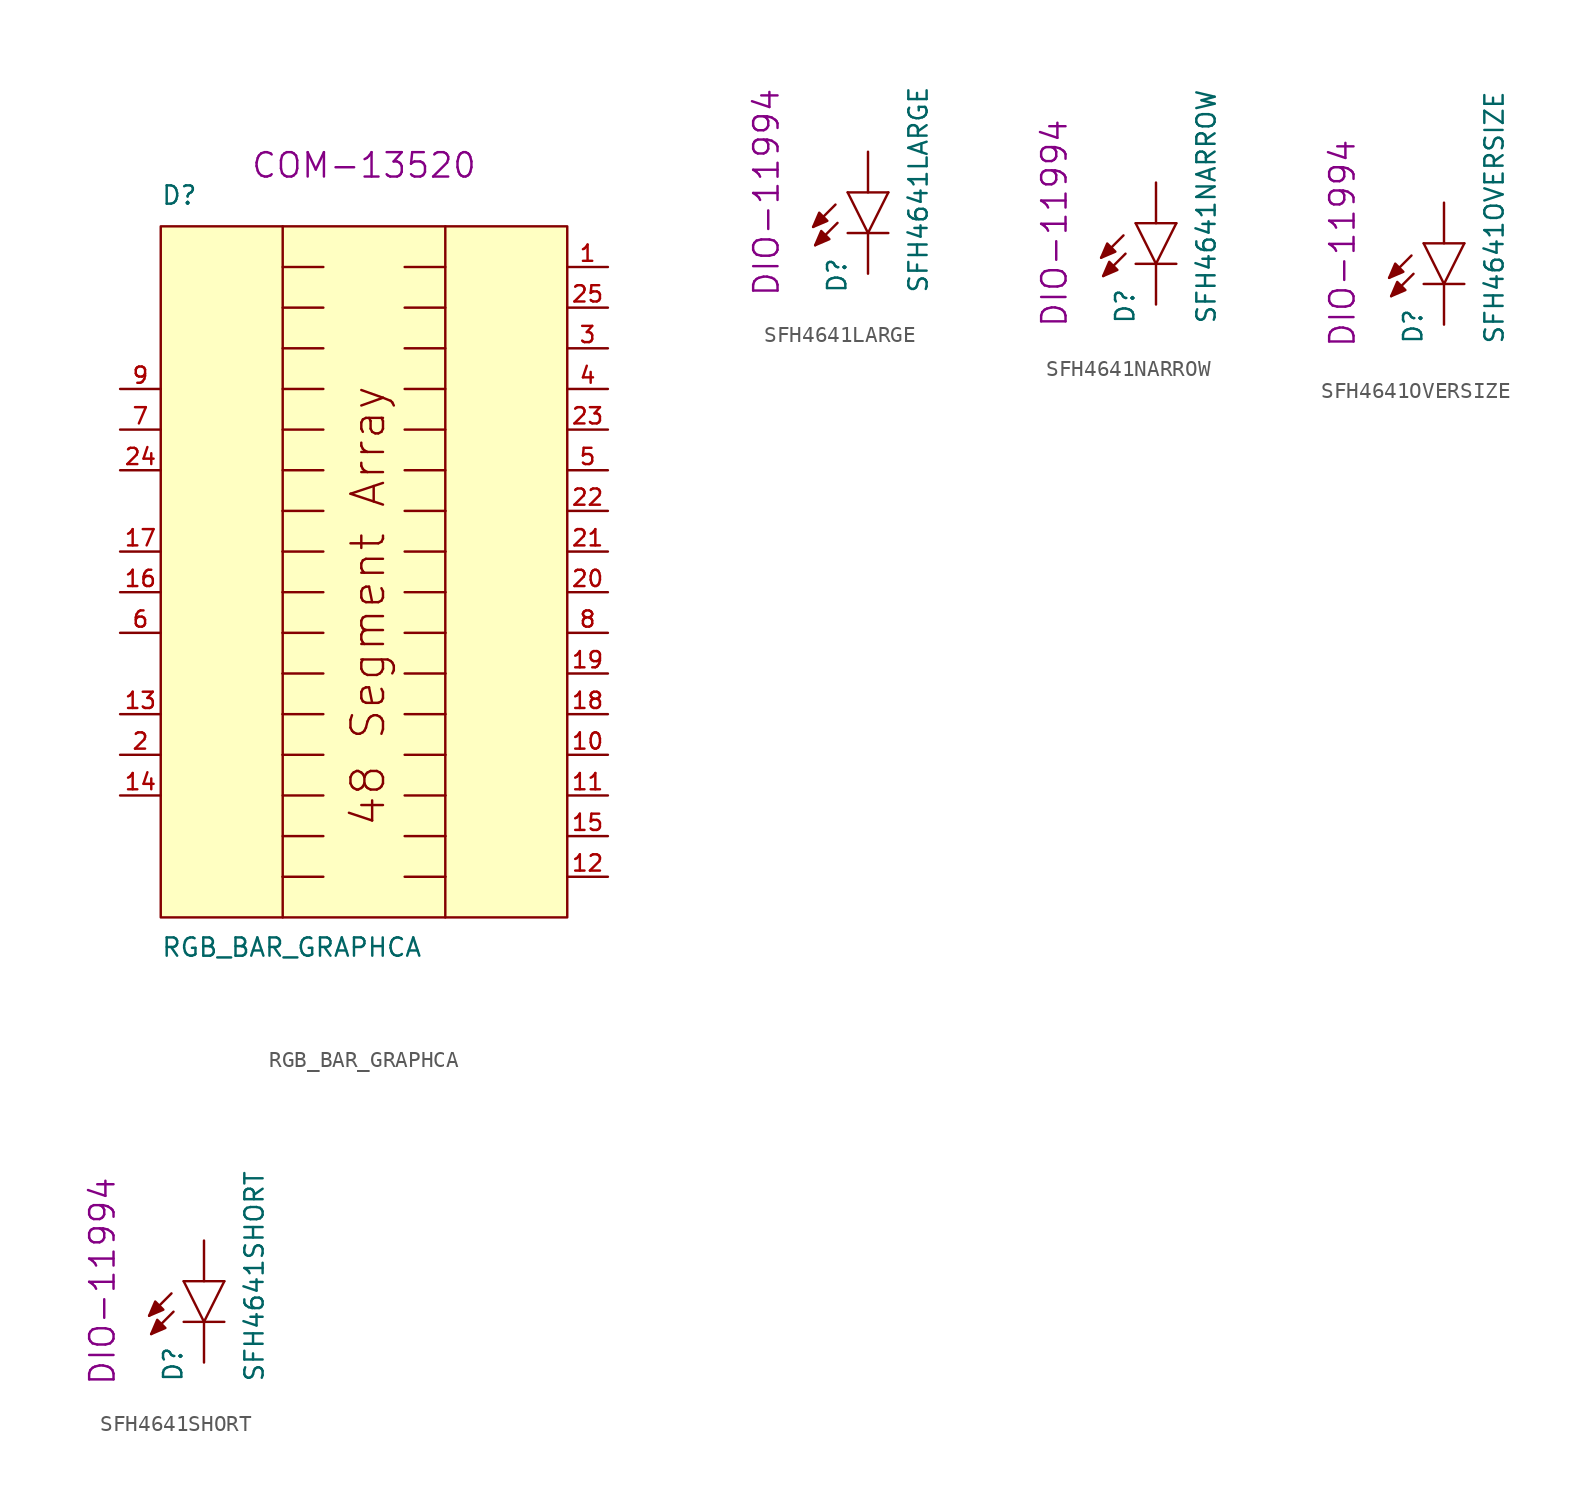
<source format=kicad_sym>
(kicad_symbol_lib
  (version 20220914)
  (generator kicad_symbol_editor)
  (symbol "RGB_BAR_GRAPHCA"
    (pin_names
      (offset 1.016) hide)
    (property "Reference" "D"
      (at -12.7 24.13 0)
      (effects (font (size 1.143 1.143)) (justify left bottom)))
    (property "Value" "RGB_BAR_GRAPHCA"
      (at -12.7 -22.86 0)
      (effects (font (size 1.143 1.143)) (justify left bottom)))
    (property "Field4" "COM-13520"
      (at 0 26.67 0)
      (effects (font (size 1.524 1.524))))
    (property "ki_locked" ""
      (at 0 0 0)
      (effects (font (size 1.27 1.27))))
    (symbol "RGB_BAR_GRAPHCA_1_0"
      (polyline (pts (xy -5.08 -20.32) (xy -5.08 -17.78)) (stroke (width 0) (type solid)) (fill (type none)))
      (polyline (pts (xy -5.08 -17.78) (xy -5.08 -10.16)) (stroke (width 0) (type solid)) (fill (type none)))
      (polyline (pts (xy -5.08 -17.78) (xy -2.54 -17.78)) (stroke (width 0) (type solid)) (fill (type none)))
      (polyline (pts (xy -5.08 -15.24) (xy -2.54 -15.24)) (stroke (width 0) (type solid)) (fill (type none)))
      (polyline (pts (xy -5.08 -12.7) (xy -2.54 -12.7)) (stroke (width 0) (type solid)) (fill (type none)))
      (polyline (pts (xy -5.08 -10.16) (xy -5.08 -7.62)) (stroke (width 0) (type solid)) (fill (type none)))
      (polyline (pts (xy -5.08 -10.16) (xy -2.54 -10.16)) (stroke (width 0) (type solid)) (fill (type none)))
      (polyline (pts (xy -5.08 -7.62) (xy -5.08 -5.08)) (stroke (width 0) (type solid)) (fill (type none)))
      (polyline (pts (xy -5.08 -7.62) (xy -2.54 -7.62)) (stroke (width 0) (type solid)) (fill (type none)))
      (polyline (pts (xy -5.08 -5.08) (xy -5.08 -2.54)) (stroke (width 0) (type solid)) (fill (type none)))
      (polyline (pts (xy -5.08 -2.54) (xy -5.08 0)) (stroke (width 0) (type solid)) (fill (type none)))
      (polyline (pts (xy -5.08 -2.54) (xy -2.54 -2.54)) (stroke (width 0) (type solid)) (fill (type none)))
      (polyline (pts (xy -5.08 0) (xy -5.08 2.54)) (stroke (width 0) (type solid)) (fill (type none)))
      (polyline (pts (xy -5.08 0) (xy -2.54 0)) (stroke (width 0) (type solid)) (fill (type none)))
      (polyline (pts (xy -5.08 2.54) (xy -5.08 5.08)) (stroke (width 0) (type solid)) (fill (type none)))
      (polyline (pts (xy -5.08 5.08) (xy -5.08 22.86)) (stroke (width 0) (type solid)) (fill (type none)))
      (polyline (pts (xy -5.08 5.08) (xy -2.54 5.08)) (stroke (width 0) (type solid)) (fill (type none)))
      (polyline (pts (xy -5.08 7.62) (xy -2.54 7.62)) (stroke (width 0) (type solid)) (fill (type none)))
      (polyline (pts (xy -5.08 12.7) (xy -2.54 12.7)) (stroke (width 0) (type solid)) (fill (type none)))
      (polyline (pts (xy -5.08 15.24) (xy -2.54 15.24)) (stroke (width 0) (type solid)) (fill (type none)))
      (polyline (pts (xy -5.08 20.32) (xy -2.54 20.32)) (stroke (width 0) (type solid)) (fill (type none)))
      (polyline (pts (xy -2.54 -5.08) (xy -5.08 -5.08)) (stroke (width 0) (type solid)) (fill (type none)))
      (polyline (pts (xy -2.54 2.54) (xy -5.08 2.54)) (stroke (width 0) (type solid)) (fill (type none)))
      (polyline (pts (xy -2.54 10.16) (xy -5.08 10.16)) (stroke (width 0) (type solid)) (fill (type none)))
      (polyline (pts (xy -2.54 17.78) (xy -5.08 17.78)) (stroke (width 0) (type solid)) (fill (type none)))
      (polyline (pts (xy 2.54 -17.78) (xy 5.08 -17.78)) (stroke (width 0) (type solid)) (fill (type none)))
      (polyline (pts (xy 2.54 -15.24) (xy 5.08 -15.24)) (stroke (width 0) (type solid)) (fill (type none)))
      (polyline (pts (xy 2.54 -12.7) (xy 5.08 -12.7)) (stroke (width 0) (type solid)) (fill (type none)))
      (polyline (pts (xy 2.54 -10.16) (xy 5.08 -10.16)) (stroke (width 0) (type solid)) (fill (type none)))
      (polyline (pts (xy 2.54 -7.62) (xy 5.08 -7.62)) (stroke (width 0) (type solid)) (fill (type none)))
      (polyline (pts (xy 2.54 -5.08) (xy 5.08 -5.08)) (stroke (width 0) (type solid)) (fill (type none)))
      (polyline (pts (xy 2.54 -2.54) (xy 5.08 -2.54)) (stroke (width 0) (type solid)) (fill (type none)))
      (polyline (pts (xy 2.54 0) (xy 5.08 0)) (stroke (width 0) (type solid)) (fill (type none)))
      (polyline (pts (xy 2.54 2.54) (xy 5.08 2.54)) (stroke (width 0) (type solid)) (fill (type none)))
      (polyline (pts (xy 2.54 5.08) (xy 5.08 5.08)) (stroke (width 0) (type solid)) (fill (type none)))
      (polyline (pts (xy 2.54 7.62) (xy 5.08 7.62)) (stroke (width 0) (type solid)) (fill (type none)))
      (polyline (pts (xy 2.54 10.16) (xy 5.08 10.16)) (stroke (width 0) (type solid)) (fill (type none)))
      (polyline (pts (xy 2.54 12.7) (xy 5.08 12.7)) (stroke (width 0) (type solid)) (fill (type none)))
      (polyline (pts (xy 2.54 15.24) (xy 5.08 15.24)) (stroke (width 0) (type solid)) (fill (type none)))
      (polyline (pts (xy 2.54 17.78) (xy 5.08 17.78)) (stroke (width 0) (type solid)) (fill (type none)))
      (polyline (pts (xy 2.54 20.32) (xy 5.08 20.32)) (stroke (width 0) (type solid)) (fill (type none)))
      (polyline (pts (xy 5.08 -17.78) (xy 5.08 -20.32)) (stroke (width 0) (type solid)) (fill (type none)))
      (polyline (pts (xy 5.08 -15.24) (xy 5.08 -17.78)) (stroke (width 0) (type solid)) (fill (type none)))
      (polyline (pts (xy 5.08 -12.7) (xy 5.08 -15.24)) (stroke (width 0) (type solid)) (fill (type none)))
      (polyline (pts (xy 5.08 -10.16) (xy 5.08 -12.7)) (stroke (width 0) (type solid)) (fill (type none)))
      (polyline (pts (xy 5.08 -7.62) (xy 5.08 -10.16)) (stroke (width 0) (type solid)) (fill (type none)))
      (polyline (pts (xy 5.08 -5.08) (xy 5.08 -7.62)) (stroke (width 0) (type solid)) (fill (type none)))
      (polyline (pts (xy 5.08 -2.54) (xy 5.08 -5.08)) (stroke (width 0) (type solid)) (fill (type none)))
      (polyline (pts (xy 5.08 0) (xy 5.08 -2.54)) (stroke (width 0) (type solid)) (fill (type none)))
      (polyline (pts (xy 5.08 2.54) (xy 5.08 0)) (stroke (width 0) (type solid)) (fill (type none)))
      (polyline (pts (xy 5.08 5.08) (xy 5.08 2.54)) (stroke (width 0) (type solid)) (fill (type none)))
      (polyline (pts (xy 5.08 22.86) (xy 5.08 5.08)) (stroke (width 0) (type solid)) (fill (type none)))
      (text "48 Segment Array" (at 0.254 -0.864 900) (effects (font (size 2.032 2.032)))))
    (symbol "RGB_BAR_GRAPHCA_1_1"
      (polyline (pts (xy -12.7 22.86) (xy -5.08 22.86) (xy 5.08 22.86) (xy 12.7 22.86) (xy 12.7 -20.32) (xy 5.08 -20.32) (xy -5.08 -20.32) (xy -12.7 -20.32) (xy -12.7 22.86)) (stroke (width 0) (type solid)) (fill (type background)))
      (pin bidirectional line (at 15.24 20.32 180) (length 2.54) (name "C1" (effects (font (size 1.016 1.016)))) (number "1" (effects (font (size 1.016 1.016)))))
      (pin bidirectional line (at 15.24 -10.16 180) (length 2.54) (name "C13" (effects (font (size 1.016 1.016)))) (number "10" (effects (font (size 1.016 1.016)))))
      (pin bidirectional line (at 15.24 -12.7 180) (length 2.54) (name "C14" (effects (font (size 1.016 1.016)))) (number "11" (effects (font (size 1.016 1.016)))))
      (pin bidirectional line (at 15.24 -17.78 180) (length 2.54) (name "C16" (effects (font (size 1.016 1.016)))) (number "12" (effects (font (size 1.016 1.016)))))
      (pin bidirectional line (at -15.24 -7.62 0) (length 2.54) (name "R3" (effects (font (size 1.016 1.016)))) (number "13" (effects (font (size 1.016 1.016)))))
      (pin bidirectional line (at -15.24 -12.7 0) (length 2.54) (name "B3" (effects (font (size 1.016 1.016)))) (number "14" (effects (font (size 1.016 1.016)))))
      (pin bidirectional line (at 15.24 -15.24 180) (length 2.54) (name "C15" (effects (font (size 1.016 1.016)))) (number "15" (effects (font (size 1.016 1.016)))))
      (pin bidirectional line (at -15.24 0 0) (length 2.54) (name "G2" (effects (font (size 1.016 1.016)))) (number "16" (effects (font (size 1.016 1.016)))))
      (pin bidirectional line (at -15.24 2.54 0) (length 2.54) (name "R2" (effects (font (size 1.016 1.016)))) (number "17" (effects (font (size 1.016 1.016)))))
      (pin bidirectional line (at 15.24 -7.62 180) (length 2.54) (name "C12" (effects (font (size 1.016 1.016)))) (number "18" (effects (font (size 1.016 1.016)))))
      (pin bidirectional line (at 15.24 -5.08 180) (length 2.54) (name "C11" (effects (font (size 1.016 1.016)))) (number "19" (effects (font (size 1.016 1.016)))))
      (pin bidirectional line (at -15.24 -10.16 0) (length 2.54) (name "G3" (effects (font (size 1.016 1.016)))) (number "2" (effects (font (size 1.016 1.016)))))
      (pin bidirectional line (at 15.24 0 180) (length 2.54) (name "C9" (effects (font (size 1.016 1.016)))) (number "20" (effects (font (size 1.016 1.016)))))
      (pin bidirectional line (at 15.24 2.54 180) (length 2.54) (name "C8" (effects (font (size 1.016 1.016)))) (number "21" (effects (font (size 1.016 1.016)))))
      (pin bidirectional line (at 15.24 5.08 180) (length 2.54) (name "C7" (effects (font (size 1.016 1.016)))) (number "22" (effects (font (size 1.016 1.016)))))
      (pin bidirectional line (at 15.24 10.16 180) (length 2.54) (name "C5" (effects (font (size 1.016 1.016)))) (number "23" (effects (font (size 1.016 1.016)))))
      (pin bidirectional line (at -15.24 7.62 0) (length 2.54) (name "B1" (effects (font (size 1.016 1.016)))) (number "24" (effects (font (size 1.016 1.016)))))
      (pin bidirectional line (at 15.24 17.78 180) (length 2.54) (name "C2" (effects (font (size 1.016 1.016)))) (number "25" (effects (font (size 1.016 1.016)))))
      (pin bidirectional line (at 15.24 15.24 180) (length 2.54) (name "C3" (effects (font (size 1.016 1.016)))) (number "3" (effects (font (size 1.016 1.016)))))
      (pin bidirectional line (at 15.24 12.7 180) (length 2.54) (name "C4" (effects (font (size 1.016 1.016)))) (number "4" (effects (font (size 1.016 1.016)))))
      (pin bidirectional line (at 15.24 7.62 180) (length 2.54) (name "C6" (effects (font (size 1.016 1.016)))) (number "5" (effects (font (size 1.016 1.016)))))
      (pin bidirectional line (at -15.24 -2.54 0) (length 2.54) (name "B2" (effects (font (size 1.016 1.016)))) (number "6" (effects (font (size 1.016 1.016)))))
      (pin bidirectional line (at -15.24 10.16 0) (length 2.54) (name "G1" (effects (font (size 1.016 1.016)))) (number "7" (effects (font (size 1.016 1.016)))))
      (pin bidirectional line (at 15.24 -2.54 180) (length 2.54) (name "C10" (effects (font (size 1.016 1.016)))) (number "8" (effects (font (size 1.016 1.016)))))
      (pin bidirectional line (at -15.24 12.7 0) (length 2.54) (name "R1" (effects (font (size 1.016 1.016)))) (number "9" (effects (font (size 1.016 1.016)))))))
  (symbol "SFH4641LARGE"
    (pin_numbers hide)
    (pin_names
      (offset 1.016) hide)
    (property "Reference" "D"
      (at -1.27 -6.35 90)
      (effects (font (size 1.143 1.143)) (justify left bottom)))
    (property "Value" "SFH4641LARGE"
      (at 3.81 -6.35 90)
      (effects (font (size 1.143 1.143)) (justify left bottom)))
    (property "Field4" "DIO-11994"
      (at -6.35 0 90)
      (effects (font (size 1.524 1.524))))
    (property "ki_locked" ""
      (at 0 0 0)
      (effects (font (size 1.27 1.27))))
    (symbol "SFH4641LARGE_1_0"
      (polyline (pts (xy -2.032 -0.762) (xy -3.429 -2.159)) (stroke (width 0) (type solid)) (fill (type none)))
      (polyline (pts (xy -1.905 -1.905) (xy -3.302 -3.302)) (stroke (width 0) (type solid)) (fill (type none)))
      (polyline (pts (xy 0 -2.54) (xy -1.27 -2.54)) (stroke (width 0) (type solid)) (fill (type none)))
      (polyline (pts (xy 0 -2.54) (xy -1.27 0)) (stroke (width 0) (type solid)) (fill (type none)))
      (polyline (pts (xy 1.27 -2.54) (xy 0 -2.54)) (stroke (width 0) (type solid)) (fill (type none)))
      (polyline (pts (xy 1.27 0) (xy -1.27 0)) (stroke (width 0) (type solid)) (fill (type none)))
      (polyline (pts (xy 1.27 0) (xy 0 -2.54)) (stroke (width 0) (type solid)) (fill (type none))))
    (symbol "SFH4641LARGE_1_1"
      (polyline (pts (xy -3.429 -2.159) (xy -3.048 -1.27) (xy -3.048 -1.27) (xy -2.54 -1.778) (xy -2.54 -1.778) (xy -3.429 -2.159)) (stroke (width 0) (type solid)) (fill (type outline)))
      (polyline (pts (xy -3.302 -3.302) (xy -2.921 -2.413) (xy -2.921 -2.413) (xy -2.413 -2.921) (xy -2.413 -2.921) (xy -3.302 -3.302)) (stroke (width 0) (type solid)) (fill (type outline)))
      (pin passive line (at 0 2.54 270) (length 2.54) (name "A" (effects (font (size 1.016 1.016)))) (number "A" (effects (font (size 1.016 1.016)))))
      (pin passive line (at 0 -5.08 90) (length 2.54) (name "C" (effects (font (size 1.016 1.016)))) (number "C" (effects (font (size 1.016 1.016)))))))
  (symbol "SFH4641NARROW"
    (pin_numbers hide)
    (pin_names
      (offset 1.016) hide)
    (property "Reference" "D"
      (at -1.27 -6.35 90)
      (effects (font (size 1.143 1.143)) (justify left bottom)))
    (property "Value" "SFH4641NARROW"
      (at 3.81 -6.35 90)
      (effects (font (size 1.143 1.143)) (justify left bottom)))
    (property "Field4" "DIO-11994"
      (at -6.35 0 90)
      (effects (font (size 1.524 1.524))))
    (property "ki_locked" ""
      (at 0 0 0)
      (effects (font (size 1.27 1.27))))
    (symbol "SFH4641NARROW_1_0"
      (polyline (pts (xy -2.032 -0.762) (xy -3.429 -2.159)) (stroke (width 0) (type solid)) (fill (type none)))
      (polyline (pts (xy -1.905 -1.905) (xy -3.302 -3.302)) (stroke (width 0) (type solid)) (fill (type none)))
      (polyline (pts (xy 0 -2.54) (xy -1.27 -2.54)) (stroke (width 0) (type solid)) (fill (type none)))
      (polyline (pts (xy 0 -2.54) (xy -1.27 0)) (stroke (width 0) (type solid)) (fill (type none)))
      (polyline (pts (xy 1.27 -2.54) (xy 0 -2.54)) (stroke (width 0) (type solid)) (fill (type none)))
      (polyline (pts (xy 1.27 0) (xy -1.27 0)) (stroke (width 0) (type solid)) (fill (type none)))
      (polyline (pts (xy 1.27 0) (xy 0 -2.54)) (stroke (width 0) (type solid)) (fill (type none))))
    (symbol "SFH4641NARROW_1_1"
      (polyline (pts (xy -3.429 -2.159) (xy -3.048 -1.27) (xy -3.048 -1.27) (xy -2.54 -1.778) (xy -2.54 -1.778) (xy -3.429 -2.159)) (stroke (width 0) (type solid)) (fill (type outline)))
      (polyline (pts (xy -3.302 -3.302) (xy -2.921 -2.413) (xy -2.921 -2.413) (xy -2.413 -2.921) (xy -2.413 -2.921) (xy -3.302 -3.302)) (stroke (width 0) (type solid)) (fill (type outline)))
      (pin passive line (at 0 2.54 270) (length 2.54) (name "A" (effects (font (size 1.016 1.016)))) (number "A" (effects (font (size 1.016 1.016)))))
      (pin passive line (at 0 -5.08 90) (length 2.54) (name "C" (effects (font (size 1.016 1.016)))) (number "C" (effects (font (size 1.016 1.016)))))))
  (symbol "SFH4641OVERSIZE"
    (pin_numbers hide)
    (pin_names
      (offset 1.016) hide)
    (property "Reference" "D"
      (at -1.27 -6.35 90)
      (effects (font (size 1.143 1.143)) (justify left bottom)))
    (property "Value" "SFH4641OVERSIZE"
      (at 3.81 -6.35 90)
      (effects (font (size 1.143 1.143)) (justify left bottom)))
    (property "Field4" "DIO-11994"
      (at -6.35 0 90)
      (effects (font (size 1.524 1.524))))
    (property "ki_locked" ""
      (at 0 0 0)
      (effects (font (size 1.27 1.27))))
    (symbol "SFH4641OVERSIZE_1_0"
      (polyline (pts (xy -2.032 -0.762) (xy -3.429 -2.159)) (stroke (width 0) (type solid)) (fill (type none)))
      (polyline (pts (xy -1.905 -1.905) (xy -3.302 -3.302)) (stroke (width 0) (type solid)) (fill (type none)))
      (polyline (pts (xy 0 -2.54) (xy -1.27 -2.54)) (stroke (width 0) (type solid)) (fill (type none)))
      (polyline (pts (xy 0 -2.54) (xy -1.27 0)) (stroke (width 0) (type solid)) (fill (type none)))
      (polyline (pts (xy 1.27 -2.54) (xy 0 -2.54)) (stroke (width 0) (type solid)) (fill (type none)))
      (polyline (pts (xy 1.27 0) (xy -1.27 0)) (stroke (width 0) (type solid)) (fill (type none)))
      (polyline (pts (xy 1.27 0) (xy 0 -2.54)) (stroke (width 0) (type solid)) (fill (type none))))
    (symbol "SFH4641OVERSIZE_1_1"
      (polyline (pts (xy -3.429 -2.159) (xy -3.048 -1.27) (xy -3.048 -1.27) (xy -2.54 -1.778) (xy -2.54 -1.778) (xy -3.429 -2.159)) (stroke (width 0) (type solid)) (fill (type outline)))
      (polyline (pts (xy -3.302 -3.302) (xy -2.921 -2.413) (xy -2.921 -2.413) (xy -2.413 -2.921) (xy -2.413 -2.921) (xy -3.302 -3.302)) (stroke (width 0) (type solid)) (fill (type outline)))
      (pin passive line (at 0 2.54 270) (length 2.54) (name "A" (effects (font (size 1.016 1.016)))) (number "A" (effects (font (size 1.016 1.016)))))
      (pin passive line (at 0 -5.08 90) (length 2.54) (name "C" (effects (font (size 1.016 1.016)))) (number "C" (effects (font (size 1.016 1.016)))))))
  (symbol "SFH4641SHORT"
    (pin_numbers hide)
    (pin_names
      (offset 1.016) hide)
    (property "Reference" "D"
      (at -1.27 -6.35 90)
      (effects (font (size 1.143 1.143)) (justify left bottom)))
    (property "Value" "SFH4641SHORT"
      (at 3.81 -6.35 90)
      (effects (font (size 1.143 1.143)) (justify left bottom)))
    (property "Field4" "DIO-11994"
      (at -6.35 0 90)
      (effects (font (size 1.524 1.524))))
    (property "ki_locked" ""
      (at 0 0 0)
      (effects (font (size 1.27 1.27))))
    (symbol "SFH4641SHORT_1_0"
      (polyline (pts (xy -2.032 -0.762) (xy -3.429 -2.159)) (stroke (width 0) (type solid)) (fill (type none)))
      (polyline (pts (xy -1.905 -1.905) (xy -3.302 -3.302)) (stroke (width 0) (type solid)) (fill (type none)))
      (polyline (pts (xy 0 -2.54) (xy -1.27 -2.54)) (stroke (width 0) (type solid)) (fill (type none)))
      (polyline (pts (xy 0 -2.54) (xy -1.27 0)) (stroke (width 0) (type solid)) (fill (type none)))
      (polyline (pts (xy 1.27 -2.54) (xy 0 -2.54)) (stroke (width 0) (type solid)) (fill (type none)))
      (polyline (pts (xy 1.27 0) (xy -1.27 0)) (stroke (width 0) (type solid)) (fill (type none)))
      (polyline (pts (xy 1.27 0) (xy 0 -2.54)) (stroke (width 0) (type solid)) (fill (type none))))
    (symbol "SFH4641SHORT_1_1"
      (polyline (pts (xy -3.429 -2.159) (xy -3.048 -1.27) (xy -3.048 -1.27) (xy -2.54 -1.778) (xy -2.54 -1.778) (xy -3.429 -2.159)) (stroke (width 0) (type solid)) (fill (type outline)))
      (polyline (pts (xy -3.302 -3.302) (xy -2.921 -2.413) (xy -2.921 -2.413) (xy -2.413 -2.921) (xy -2.413 -2.921) (xy -3.302 -3.302)) (stroke (width 0) (type solid)) (fill (type outline)))
      (pin passive line (at 0 2.54 270) (length 2.54) (name "A" (effects (font (size 1.016 1.016)))) (number "A" (effects (font (size 1.016 1.016)))))
      (pin passive line (at 0 -5.08 90) (length 2.54) (name "C" (effects (font (size 1.016 1.016)))) (number "C" (effects (font (size 1.016 1.016))))))))
</source>
